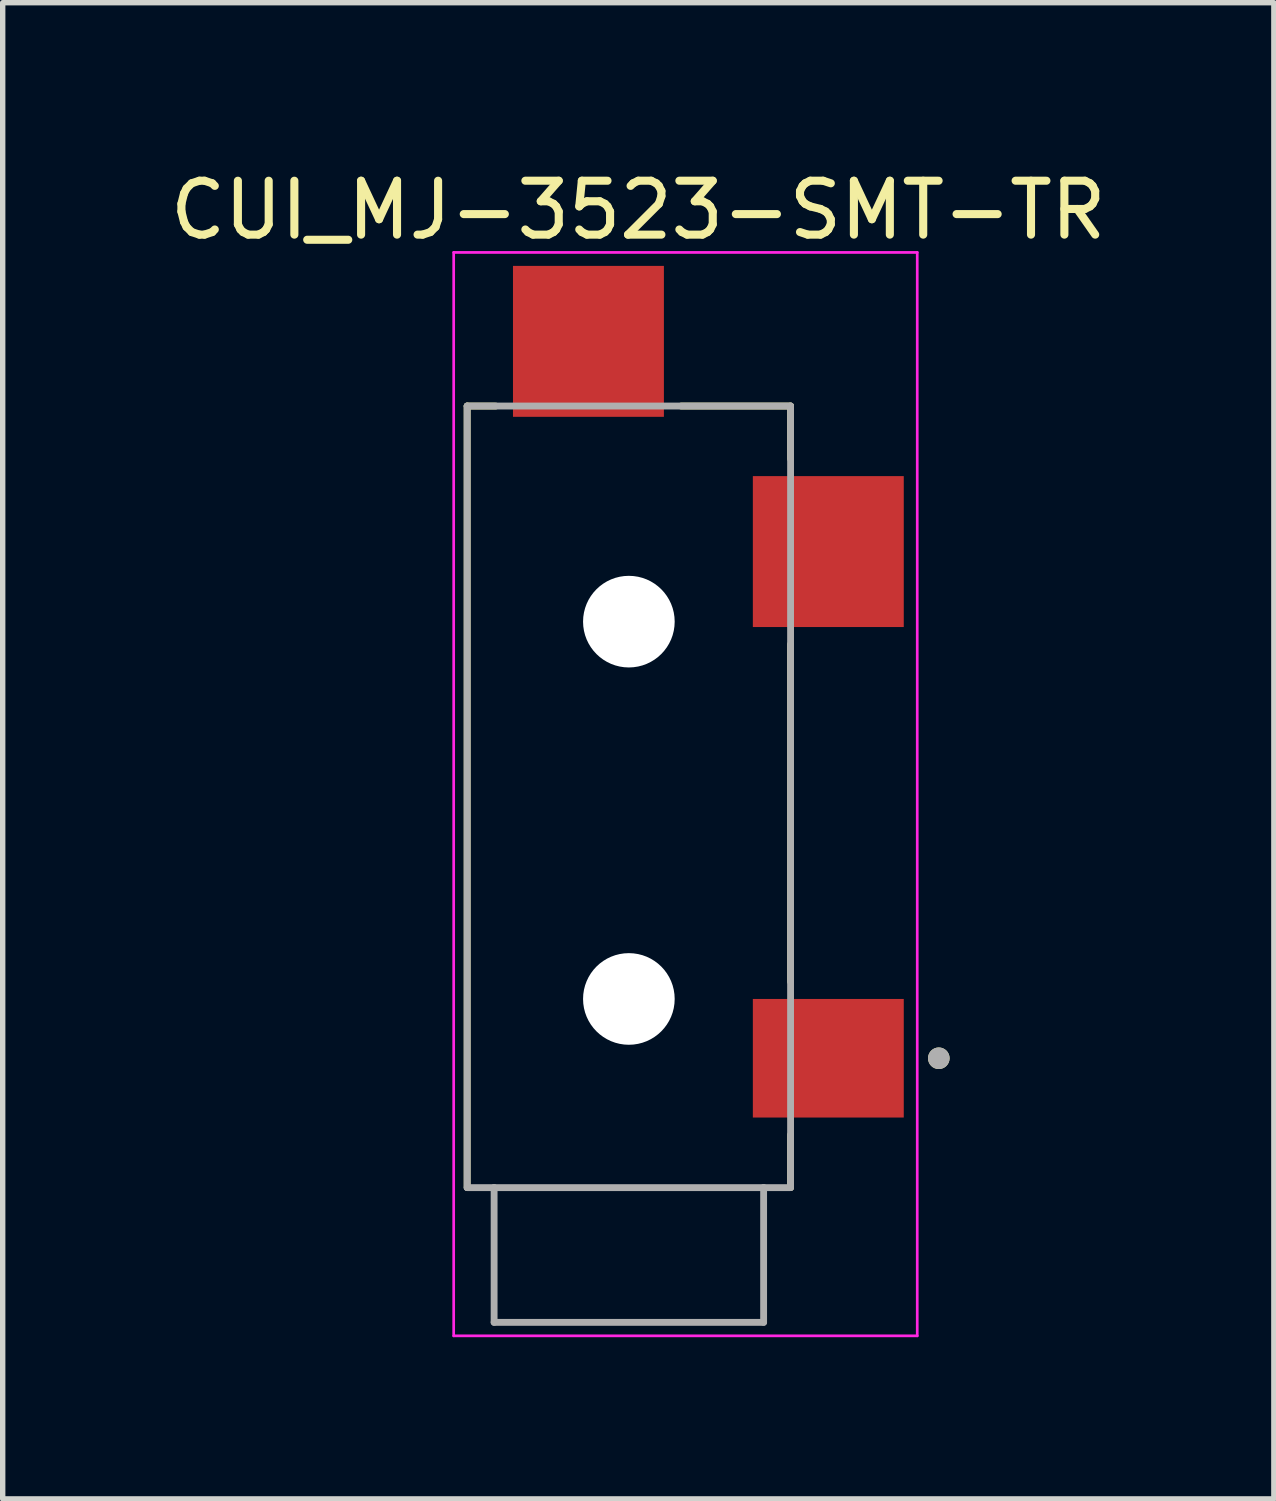
<source format=kicad_pcb>
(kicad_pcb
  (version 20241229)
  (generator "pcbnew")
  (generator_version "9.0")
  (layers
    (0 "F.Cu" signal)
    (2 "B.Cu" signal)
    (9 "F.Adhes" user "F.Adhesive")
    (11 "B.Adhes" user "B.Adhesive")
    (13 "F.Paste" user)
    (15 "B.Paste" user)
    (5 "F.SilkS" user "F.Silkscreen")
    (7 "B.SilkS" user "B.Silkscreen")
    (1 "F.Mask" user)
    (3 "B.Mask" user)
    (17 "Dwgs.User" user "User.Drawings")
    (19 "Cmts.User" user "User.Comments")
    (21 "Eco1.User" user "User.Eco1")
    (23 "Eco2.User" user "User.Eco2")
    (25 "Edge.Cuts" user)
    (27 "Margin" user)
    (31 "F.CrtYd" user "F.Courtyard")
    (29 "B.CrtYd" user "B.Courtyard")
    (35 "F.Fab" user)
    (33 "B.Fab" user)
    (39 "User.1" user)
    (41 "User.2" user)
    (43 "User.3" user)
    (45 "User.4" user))
  (footprint "CUI_MJ-3523-SMT-TR"
    (layer "F.Cu")
    (at 8.617 18.983)
    (property "Reference" "CUI_MJ-3523-SMT-TR" (at 0.175 -18.135 0) (layer "F.SilkS") (effects (font (size 1 1) (thickness 0.15))))
    (attr smd)
    (fp_line (start -3 -14.5) (end -2.47 -14.5) (stroke (width 0.127) (type solid)) (layer "F.SilkS"))
    (fp_line (start -3 0) (end -3 -14.5) (stroke (width 0.127) (type solid)) (layer "F.SilkS"))
    (fp_line (start 0.97 -14.5) (end 3 -14.5) (stroke (width 0.127) (type solid)) (layer "F.SilkS"))
    (fp_line (start 3 -14.5) (end 3 -13.52) (stroke (width 0.127) (type solid)) (layer "F.SilkS"))
    (fp_line (start 3 -10.08) (end 3 -3.82) (stroke (width 0.127) (type solid)) (layer "F.SilkS"))
    (fp_line (start 3 0) (end 3 -0.98) (stroke (width 0.127) (type solid)) (layer "F.SilkS"))
    (fp_circle (center 5.75 -2.4) (end 5.85 -2.4) (stroke (width 0.2) (type solid)) (fill no) (layer "F.SilkS"))
    (fp_line (start -3.25 -17.35) (end -3.25 2.75) (stroke (width 0.05) (type solid)) (layer "F.CrtYd"))
    (fp_line (start -3.25 2.75) (end 5.35 2.75) (stroke (width 0.05) (type solid)) (layer "F.CrtYd"))
    (fp_line (start 5.35 -17.35) (end -3.25 -17.35) (stroke (width 0.05) (type solid)) (layer "F.CrtYd"))
    (fp_line (start 5.35 2.75) (end 5.35 -17.35) (stroke (width 0.05) (type solid)) (layer "F.CrtYd"))
    (fp_line (start -3 -14.5) (end 3 -14.5) (stroke (width 0.127) (type solid)) (layer "F.Fab"))
    (fp_line (start -3 0) (end -3 -14.5) (stroke (width 0.127) (type solid)) (layer "F.Fab"))
    (fp_line (start -2.5 0) (end -3 0) (stroke (width 0.127) (type solid)) (layer "F.Fab"))
    (fp_line (start -2.5 2.5) (end -2.5 0) (stroke (width 0.127) (type solid)) (layer "F.Fab"))
    (fp_line (start 2.5 0) (end -2.5 0) (stroke (width 0.127) (type solid)) (layer "F.Fab"))
    (fp_line (start 2.5 0) (end 2.5 2.5) (stroke (width 0.127) (type solid)) (layer "F.Fab"))
    (fp_line (start 2.5 2.5) (end -2.5 2.5) (stroke (width 0.127) (type solid)) (layer "F.Fab"))
    (fp_line (start 3 -14.5) (end 3 0) (stroke (width 0.127) (type solid)) (layer "F.Fab"))
    (fp_line (start 3 0) (end 2.5 0) (stroke (width 0.127) (type solid)) (layer "F.Fab"))
    (fp_circle (center 5.75 -2.4) (end 5.85 -2.4) (stroke (width 0.2) (type solid)) (fill no) (layer "F.Fab"))
    (pad "" np_thru_hole circle (at 0 -10.5) (size 1.7 1.7) (drill 1.7) (layers "*.Cu" "*.Mask"))
    (pad "" np_thru_hole circle (at 0 -3.5) (size 1.7 1.7) (drill 1.7) (layers "*.Cu" "*.Mask"))
    (pad "1" smd rect (at 3.7 -2.4) (size 2.8 2.2) (layers "F.Cu" "F.Mask" "F.Paste"))
    (pad "2" smd rect (at 3.7 -11.8) (size 2.8 2.8) (layers "F.Cu" "F.Mask" "F.Paste"))
    (pad "10" smd rect (at -0.75 -15.7) (size 2.8 2.8) (layers "F.Cu" "F.Mask" "F.Paste")))
  (gr_rect
    (start -3 -3)
    (end 20.583 24.758)
    (stroke (width 0.1) (type default))
    (fill no)
    (layer "Edge.Cuts")))
</source>
